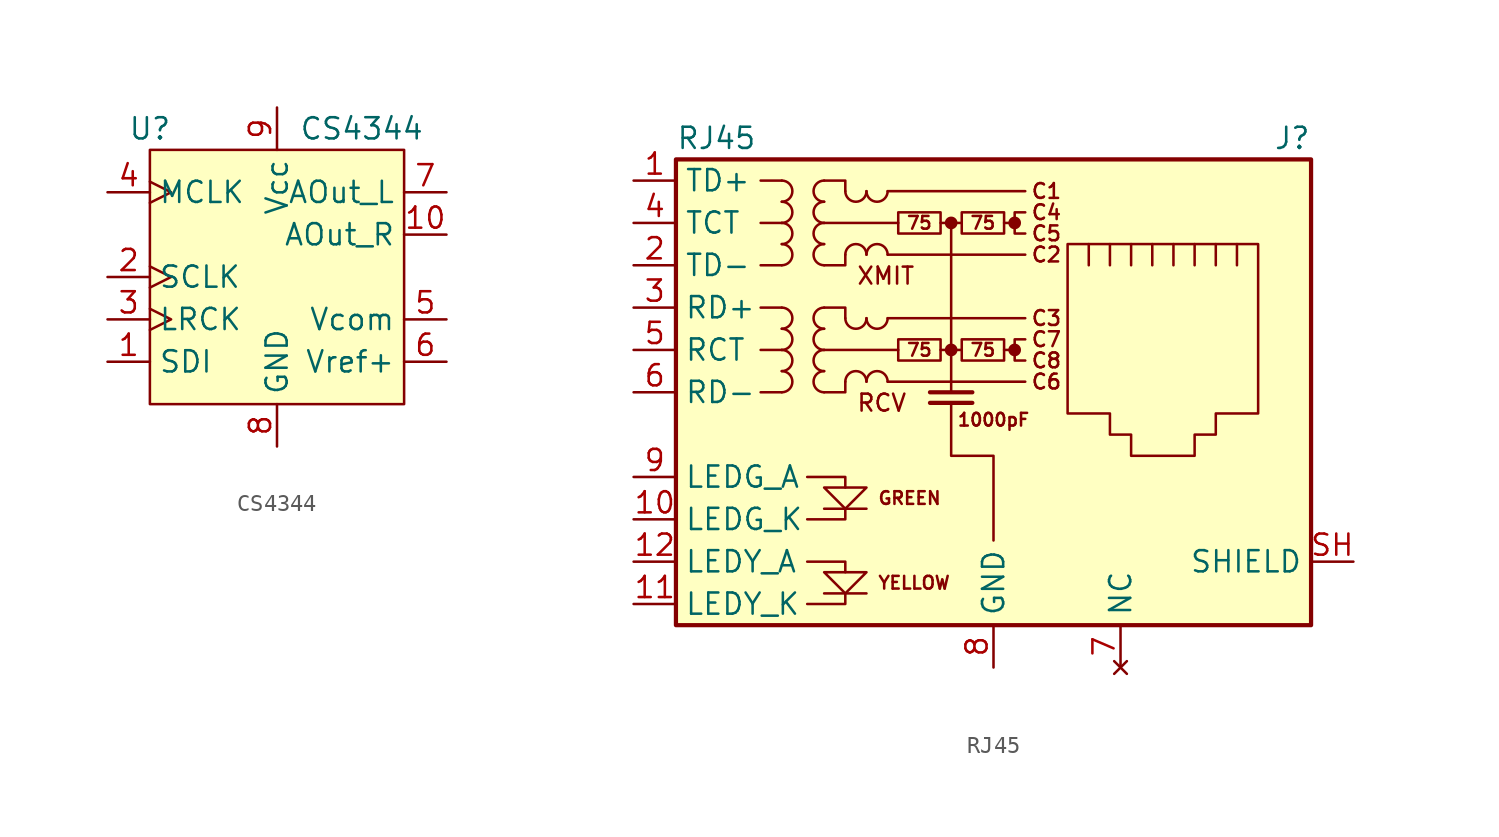
<source format=kicad_sym>
(kicad_symbol_lib
  (version 20231120)
  (generator "kicad_symbol_editor")
  (generator_version "8.0")
  (symbol "CS4344"
    (property "Reference" "U"
      (at -7.62 8.89 0)
      (effects (font (size 1.27 1.27))))
    (property "Value" "CS4344"
      (at 5.08 8.89 0)
      (effects (font (size 1.27 1.27))))
    (symbol "CS4344_1_1"
      (rectangle (start -7.62 7.62) (end 7.62 -7.62) (stroke (width 0) (type default)) (fill (type background)))
      (pin input line (at -10.16 -5.08 0) (length 2.54) (name "SDI" (effects (font (size 1.27 1.27)))) (number "1" (effects (font (size 1.27 1.27)))))
      (pin output line (at 10.16 2.54 180) (length 2.54) (name "AOut_R" (effects (font (size 1.27 1.27)))) (number "10" (effects (font (size 1.27 1.27)))))
      (pin input clock (at -10.16 0 0) (length 2.54) (name "SCLK" (effects (font (size 1.27 1.27)))) (number "2" (effects (font (size 1.27 1.27)))) (alternate "~{DEM}" input line))
      (pin input clock (at -10.16 -2.54 0) (length 2.54) (name "LRCK" (effects (font (size 1.27 1.27)))) (number "3" (effects (font (size 1.27 1.27)))))
      (pin input clock (at -10.16 5.08 0) (length 2.54) (name "MCLK" (effects (font (size 1.27 1.27)))) (number "4" (effects (font (size 1.27 1.27)))))
      (pin power_out line (at 10.16 -2.54 180) (length 2.54) (name "Vcom" (effects (font (size 1.27 1.27)))) (number "5" (effects (font (size 1.27 1.27)))))
      (pin passive line (at 10.16 -5.08 180) (length 2.54) (name "Vref+" (effects (font (size 1.27 1.27)))) (number "6" (effects (font (size 1.27 1.27)))))
      (pin output line (at 10.16 5.08 180) (length 2.54) (name "AOut_L" (effects (font (size 1.27 1.27)))) (number "7" (effects (font (size 1.27 1.27)))))
      (pin power_in line (at 0 -10.16 90) (length 2.54) (name "GND" (effects (font (size 1.27 1.27)))) (number "8" (effects (font (size 1.27 1.27)))))
      (pin power_in line (at 0 10.16 270) (length 2.54) (name "Vcc" (effects (font (size 1.27 1.27)))) (number "9" (effects (font (size 1.27 1.27)))))))
  (symbol "RJ45"
    (property "Reference" "J"
      (at 19.05 15.24 0)
      (effects (font (size 1.27 1.27)) (justify right)))
    (property "Value" "RJ45"
      (at -19.05 15.24 0)
      (effects (font (size 1.27 1.27)) (justify left)))
    (symbol "RJ45_0_0"
      (circle (center -2.54 2.54) (radius 0.254) (stroke (width 0.254) (type default)) (fill (type outline)))
      (circle (center -2.54 10.16) (radius 0.254) (stroke (width 0.254) (type default)) (fill (type outline)))
      (polyline (pts (xy -7.62 -12.065) (xy -10.16 -12.065)) (stroke (width 0) (type default)) (fill (type none)))
      (polyline (pts (xy -7.62 -6.985) (xy -10.16 -6.985)) (stroke (width 0) (type default)) (fill (type none)))
      (polyline (pts (xy -2.54 10.16) (xy -2.54 0)) (stroke (width 0) (type default)) (fill (type none)))
      (polyline (pts (xy -1.27 -0.635) (xy -3.81 -0.635)) (stroke (width 0.254) (type default)) (fill (type none)))
      (polyline (pts (xy -1.27 0) (xy -3.81 0)) (stroke (width 0.254) (type default)) (fill (type none)))
      (polyline (pts (xy 1.27 2.54) (xy 0.635 2.54)) (stroke (width 0) (type default)) (fill (type none)))
      (polyline (pts (xy 1.27 10.16) (xy 0.635 10.16)) (stroke (width 0) (type default)) (fill (type none)))
      (polyline (pts (xy -11.176 -12.7) (xy -8.89 -12.7) (xy -8.89 -12.065)) (stroke (width 0) (type default)) (fill (type none)))
      (polyline (pts (xy -11.176 -10.16) (xy -8.89 -10.16) (xy -8.89 -10.795)) (stroke (width 0) (type default)) (fill (type none)))
      (polyline (pts (xy -11.176 -5.08) (xy -8.89 -5.08) (xy -8.89 -5.715)) (stroke (width 0) (type default)) (fill (type none)))
      (polyline (pts (xy -8.89 -6.985) (xy -8.89 -7.62) (xy -11.176 -7.62)) (stroke (width 0) (type default)) (fill (type none)))
      (polyline (pts (xy -10.16 -5.715) (xy -7.62 -5.715) (xy -8.89 -6.985) (xy -10.16 -5.715)) (stroke (width 0) (type default)) (fill (type none)))
      (polyline (pts (xy -7.62 -10.795) (xy -10.16 -10.795) (xy -8.89 -12.065) (xy -7.62 -10.795)) (stroke (width 0) (type default)) (fill (type none)))
      (polyline (pts (xy -2.54 -0.635) (xy -2.54 -3.81) (xy 0 -3.81) (xy 0 -8.89)) (stroke (width 0) (type default)) (fill (type none)))
      (polyline (pts (xy 1.905 3.175) (xy 1.27 3.175) (xy 1.27 1.905) (xy 1.905 1.905)) (stroke (width 0) (type default)) (fill (type none)))
      (polyline (pts (xy 1.905 10.795) (xy 1.27 10.795) (xy 1.27 9.525) (xy 1.905 9.525)) (stroke (width 0) (type default)) (fill (type none)))
      (circle (center 1.27 2.54) (radius 0.254) (stroke (width 0.254) (type default)) (fill (type outline)))
      (circle (center 1.27 10.16) (radius 0.254) (stroke (width 0.254) (type default)) (fill (type outline)))
      (text "1000pF" (at 0 -1.651 0) (effects (font (size 0.762 0.762))))
      (text "75" (at -4.445 2.54 0) (effects (font (size 0.762 0.762))))
      (text "75" (at -4.445 10.16 0) (effects (font (size 0.762 0.762))))
      (text "75" (at -0.635 2.54 0) (effects (font (size 0.762 0.762))))
      (text "75" (at -0.635 10.16 0) (effects (font (size 0.762 0.762))))
      (text "C1" (at 3.175 12.065 0) (effects (font (size 0.889 0.889))))
      (text "C2" (at 3.175 8.255 0) (effects (font (size 0.889 0.889))))
      (text "C3" (at 3.175 4.445 0) (effects (font (size 0.889 0.889))))
      (text "C4" (at 3.175 10.795 0) (effects (font (size 0.889 0.889))))
      (text "C5" (at 3.175 9.525 0) (effects (font (size 0.889 0.889))))
      (text "C6" (at 3.175 0.635 0) (effects (font (size 0.889 0.889))))
      (text "C7" (at 3.175 3.175 0) (effects (font (size 0.889 0.889))))
      (text "C8" (at 3.175 1.905 0) (effects (font (size 0.889 0.889))))
      (text "GREEN" (at -6.985 -6.35 0) (effects (font (size 0.762 0.762)) (justify left)))
      (text "RCV" (at -8.255 -0.635 0) (effects (font (size 1.016 1.016)) (justify left)))
      (text "XMIT" (at -8.255 6.985 0) (effects (font (size 1.016 1.016)) (justify left)))
      (text "YELLOW" (at -6.985 -11.43 0) (effects (font (size 0.762 0.762)) (justify left))))
    (symbol "RJ45_0_1"
      (rectangle (start -19.05 13.97) (end 19.05 -13.97) (stroke (width 0.254) (type default)) (fill (type background)))
      (arc (start -12.7 0) (mid -12.0677 0.635) (end -12.7 1.27) (stroke (width 0) (type default)) (fill (type none)))
      (arc (start -12.7 1.27) (mid -12.0677 1.905) (end -12.7 2.54) (stroke (width 0) (type default)) (fill (type none)))
      (arc (start -12.7 2.54) (mid -12.0677 3.175) (end -12.7 3.81) (stroke (width 0) (type default)) (fill (type none)))
      (arc (start -12.7 3.81) (mid -12.0677 4.445) (end -12.7 5.08) (stroke (width 0) (type default)) (fill (type none)))
      (arc (start -12.7 7.62) (mid -12.0677 8.255) (end -12.7 8.89) (stroke (width 0) (type default)) (fill (type none)))
      (arc (start -12.7 8.89) (mid -12.0677 9.525) (end -12.7 10.16) (stroke (width 0) (type default)) (fill (type none)))
      (arc (start -12.7 10.16) (mid -12.0677 10.795) (end -12.7 11.43) (stroke (width 0) (type default)) (fill (type none)))
      (arc (start -12.7 11.43) (mid -12.0677 12.065) (end -12.7 12.7) (stroke (width 0) (type default)) (fill (type none)))
      (arc (start -10.16 1.27) (mid -10.7923 0.635) (end -10.16 0) (stroke (width 0) (type default)) (fill (type none)))
      (arc (start -10.16 2.54) (mid -10.7923 1.905) (end -10.16 1.27) (stroke (width 0) (type default)) (fill (type none)))
      (arc (start -10.16 3.81) (mid -10.7923 3.175) (end -10.16 2.54) (stroke (width 0) (type default)) (fill (type none)))
      (arc (start -10.16 5.08) (mid -10.7923 4.445) (end -10.16 3.81) (stroke (width 0) (type default)) (fill (type none)))
      (arc (start -10.16 8.89) (mid -10.7923 8.255) (end -10.16 7.62) (stroke (width 0) (type default)) (fill (type none)))
      (arc (start -10.16 10.16) (mid -10.7923 9.525) (end -10.16 8.89) (stroke (width 0) (type default)) (fill (type none)))
      (arc (start -10.16 11.43) (mid -10.7923 10.795) (end -10.16 10.16) (stroke (width 0) (type default)) (fill (type none)))
      (arc (start -10.16 12.7) (mid -10.7923 12.065) (end -10.16 11.43) (stroke (width 0) (type default)) (fill (type none)))
      (arc (start -8.89 4.445) (mid -8.255 3.8127) (end -7.62 4.445) (stroke (width 0) (type default)) (fill (type none)))
      (arc (start -8.89 12.065) (mid -8.255 11.4327) (end -7.62 12.065) (stroke (width 0) (type default)) (fill (type none)))
      (arc (start -7.62 0.635) (mid -8.255 1.2673) (end -8.89 0.635) (stroke (width 0) (type default)) (fill (type none)))
      (arc (start -7.62 4.445) (mid -6.985 3.8127) (end -6.35 4.445) (stroke (width 0) (type default)) (fill (type none)))
      (arc (start -7.62 8.255) (mid -8.255 8.8873) (end -8.89 8.255) (stroke (width 0) (type default)) (fill (type none)))
      (arc (start -7.62 12.065) (mid -6.985 11.4327) (end -6.35 12.065) (stroke (width 0) (type default)) (fill (type none)))
      (arc (start -6.35 0.635) (mid -6.985 1.2673) (end -7.62 0.635) (stroke (width 0) (type default)) (fill (type none)))
      (arc (start -6.35 8.255) (mid -6.985 8.8873) (end -7.62 8.255) (stroke (width 0) (type default)) (fill (type none)))
      (rectangle (start -5.715 3.175) (end -3.175 1.905) (stroke (width 0) (type default)) (fill (type none)))
      (rectangle (start -5.715 10.795) (end -3.175 9.525) (stroke (width 0) (type default)) (fill (type none)))
      (rectangle (start -1.905 3.175) (end 0.635 1.905) (stroke (width 0) (type default)) (fill (type none)))
      (rectangle (start -1.905 10.795) (end 0.635 9.525) (stroke (width 0) (type default)) (fill (type none)))
      (polyline (pts (xy -12.7 0) (xy -13.97 0)) (stroke (width 0) (type default)) (fill (type none)))
      (polyline (pts (xy -12.7 2.54) (xy -13.97 2.54)) (stroke (width 0) (type default)) (fill (type none)))
      (polyline (pts (xy -12.7 5.08) (xy -13.97 5.08)) (stroke (width 0) (type default)) (fill (type none)))
      (polyline (pts (xy -12.7 7.62) (xy -13.97 7.62)) (stroke (width 0) (type default)) (fill (type none)))
      (polyline (pts (xy -12.7 10.16) (xy -13.97 10.16)) (stroke (width 0) (type default)) (fill (type none)))
      (polyline (pts (xy -12.7 12.7) (xy -13.97 12.7)) (stroke (width 0) (type default)) (fill (type none)))
      (polyline (pts (xy -6.35 0.635) (xy 1.905 0.635)) (stroke (width 0) (type default)) (fill (type none)))
      (polyline (pts (xy -6.35 4.445) (xy 1.905 4.445)) (stroke (width 0) (type default)) (fill (type none)))
      (polyline (pts (xy -6.35 8.255) (xy 1.905 8.255)) (stroke (width 0) (type default)) (fill (type none)))
      (polyline (pts (xy -6.35 12.065) (xy 1.905 12.065)) (stroke (width 0) (type default)) (fill (type none)))
      (polyline (pts (xy -5.715 2.54) (xy -10.16 2.54)) (stroke (width 0) (type default)) (fill (type none)))
      (polyline (pts (xy -5.715 10.16) (xy -10.16 10.16)) (stroke (width 0) (type default)) (fill (type none)))
      (polyline (pts (xy -3.175 2.54) (xy -1.905 2.54)) (stroke (width 0) (type default)) (fill (type none)))
      (polyline (pts (xy -3.175 10.16) (xy -1.905 10.16)) (stroke (width 0) (type default)) (fill (type none)))
      (polyline (pts (xy 5.715 7.62) (xy 5.715 8.89)) (stroke (width 0) (type default)) (fill (type none)))
      (polyline (pts (xy 6.985 8.89) (xy 6.985 7.62)) (stroke (width 0) (type default)) (fill (type none)))
      (polyline (pts (xy 8.255 8.89) (xy 8.255 7.62)) (stroke (width 0) (type default)) (fill (type none)))
      (polyline (pts (xy 9.525 8.89) (xy 9.525 7.62)) (stroke (width 0) (type default)) (fill (type none)))
      (polyline (pts (xy 10.795 8.89) (xy 10.795 7.62)) (stroke (width 0) (type default)) (fill (type none)))
      (polyline (pts (xy 12.065 8.89) (xy 12.065 7.62)) (stroke (width 0) (type default)) (fill (type none)))
      (polyline (pts (xy 13.335 7.62) (xy 13.335 8.89)) (stroke (width 0) (type default)) (fill (type none)))
      (polyline (pts (xy 14.605 7.62) (xy 14.605 8.89)) (stroke (width 0) (type default)) (fill (type none)))
      (polyline (pts (xy -10.16 5.08) (xy -8.89 5.08) (xy -8.89 4.445)) (stroke (width 0) (type default)) (fill (type none)))
      (polyline (pts (xy -10.16 12.7) (xy -8.89 12.7) (xy -8.89 12.065)) (stroke (width 0) (type default)) (fill (type none)))
      (polyline (pts (xy -8.89 0.635) (xy -8.89 0) (xy -10.16 0)) (stroke (width 0) (type default)) (fill (type none)))
      (polyline (pts (xy -8.89 8.255) (xy -8.89 7.62) (xy -10.16 7.62)) (stroke (width 0) (type default)) (fill (type none)))
      (polyline (pts (xy 4.445 8.89) (xy 15.875 8.89) (xy 15.875 -1.27) (xy 13.335 -1.27) (xy 13.335 -2.54) (xy 12.065 -2.54) (xy 12.065 -3.81) (xy 8.255 -3.81) (xy 8.255 -2.54) (xy 6.985 -2.54) (xy 6.985 -1.27) (xy 4.445 -1.27) (xy 4.445 8.89)) (stroke (width 0) (type default)) (fill (type none))))
    (symbol "RJ45_1_1"
      (pin passive line (at -21.59 12.7 0) (length 2.54) (name "TD+" (effects (font (size 1.27 1.27)))) (number "1" (effects (font (size 1.27 1.27)))))
      (pin passive line (at -21.59 -7.62 0) (length 2.54) (name "LEDG_K" (effects (font (size 1.27 1.27)))) (number "10" (effects (font (size 1.27 1.27)))))
      (pin passive line (at -21.59 -12.7 0) (length 2.54) (name "LEDY_K" (effects (font (size 1.27 1.27)))) (number "11" (effects (font (size 1.27 1.27)))))
      (pin passive line (at -21.59 -10.16 0) (length 2.54) (name "LEDY_A" (effects (font (size 1.27 1.27)))) (number "12" (effects (font (size 1.27 1.27)))))
      (pin passive line (at -21.59 7.62 0) (length 2.54) (name "TD-" (effects (font (size 1.27 1.27)))) (number "2" (effects (font (size 1.27 1.27)))))
      (pin passive line (at -21.59 5.08 0) (length 2.54) (name "RD+" (effects (font (size 1.27 1.27)))) (number "3" (effects (font (size 1.27 1.27)))))
      (pin passive line (at -21.59 10.16 0) (length 2.54) (name "TCT" (effects (font (size 1.27 1.27)))) (number "4" (effects (font (size 1.27 1.27)))))
      (pin passive line (at -21.59 2.54 0) (length 2.54) (name "RCT" (effects (font (size 1.27 1.27)))) (number "5" (effects (font (size 1.27 1.27)))))
      (pin passive line (at -21.59 0 0) (length 2.54) (name "RD-" (effects (font (size 1.27 1.27)))) (number "6" (effects (font (size 1.27 1.27)))))
      (pin no_connect line (at 7.62 -16.51 90) (length 2.54) (name "NC" (effects (font (size 1.27 1.27)))) (number "7" (effects (font (size 1.27 1.27)))))
      (pin power_in line (at 0 -16.51 90) (length 2.54) (name "GND" (effects (font (size 1.27 1.27)))) (number "8" (effects (font (size 1.27 1.27)))))
      (pin passive line (at -21.59 -5.08 0) (length 2.54) (name "LEDG_A" (effects (font (size 1.27 1.27)))) (number "9" (effects (font (size 1.27 1.27)))))
      (pin passive line (at 21.59 -10.16 180) (length 2.54) (name "SHIELD" (effects (font (size 1.27 1.27)))) (number "SH" (effects (font (size 1.27 1.27))))))))
</source>
